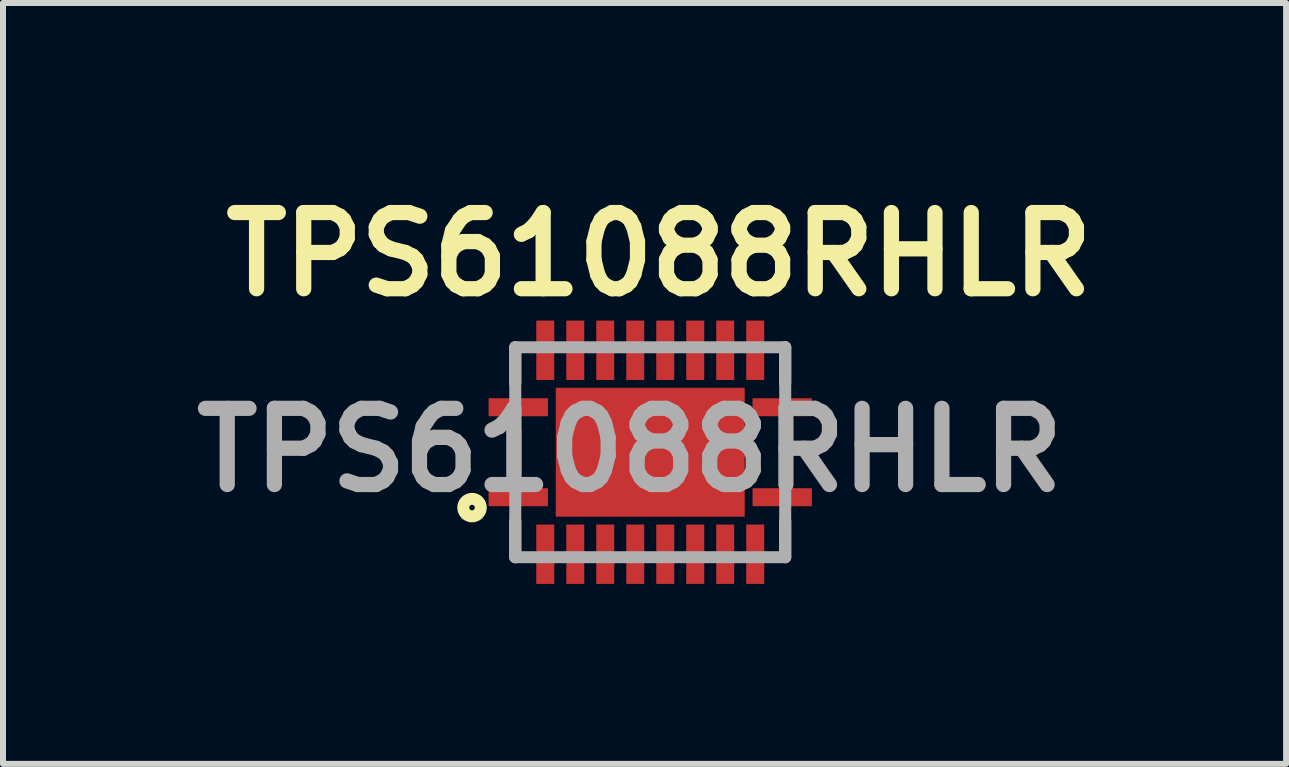
<source format=kicad_pcb>
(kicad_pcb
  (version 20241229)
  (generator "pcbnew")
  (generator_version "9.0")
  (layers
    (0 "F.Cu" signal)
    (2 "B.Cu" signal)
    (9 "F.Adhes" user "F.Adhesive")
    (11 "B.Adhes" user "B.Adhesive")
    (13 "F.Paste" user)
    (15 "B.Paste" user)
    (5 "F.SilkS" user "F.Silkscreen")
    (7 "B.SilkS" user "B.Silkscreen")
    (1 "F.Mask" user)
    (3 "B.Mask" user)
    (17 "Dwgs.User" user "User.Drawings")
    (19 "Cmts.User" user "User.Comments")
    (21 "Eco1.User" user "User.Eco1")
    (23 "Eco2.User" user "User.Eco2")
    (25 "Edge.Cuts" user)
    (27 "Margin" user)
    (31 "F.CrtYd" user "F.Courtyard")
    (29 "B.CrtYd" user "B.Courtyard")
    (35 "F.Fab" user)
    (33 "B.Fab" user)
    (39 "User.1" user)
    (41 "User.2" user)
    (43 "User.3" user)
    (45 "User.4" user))
  (footprint "TPS61088RHLR"
    (layer "F.Cu")
    (at 7.79 4.489)
    (property "Reference" "TPS61088RHLR" (at 0.15 -3.3 0) (layer "F.SilkS") (effects (font (size 1.27 1.27) (thickness 0.254))))
    (attr smd)
    (fp_line (start -2.25 -1.75) (end -2.25 -1.15) (stroke (width 0.2) (type solid)) (layer "F.SilkS"))
    (fp_line (start -2.25 -0.35) (end -2.25 0.35) (stroke (width 0.2) (type solid)) (layer "F.SilkS"))
    (fp_line (start -2.25 1.75) (end -2.25 1.15) (stroke (width 0.2) (type solid)) (layer "F.SilkS"))
    (fp_line (start 2.25 -1.75) (end 2.25 -1.15) (stroke (width 0.2) (type solid)) (layer "F.SilkS"))
    (fp_line (start 2.25 -0.35) (end 2.25 0.35) (stroke (width 0.2) (type solid)) (layer "F.SilkS"))
    (fp_line (start 2.25 1.75) (end 2.25 1.15) (stroke (width 0.2) (type solid)) (layer "F.SilkS"))
    (fp_circle (center -2.971 0.923) (end -2.971 0.969) (stroke (width 0.2) (type solid)) (fill no) (layer "F.SilkS"))
    (fp_line (start -2.25 -1.75) (end 2.25 -1.75) (stroke (width 0.2) (type solid)) (layer "F.Fab"))
    (fp_line (start -2.25 1.75) (end -2.25 -1.75) (stroke (width 0.2) (type solid)) (layer "F.Fab"))
    (fp_line (start 2.25 -1.75) (end 2.25 1.75) (stroke (width 0.2) (type solid)) (layer "F.Fab"))
    (fp_line (start 2.25 1.75) (end -2.25 1.75) (stroke (width 0.2) (type solid)) (layer "F.Fab"))
    (fp_text user "${REFERENCE}" (at -0.339 -0.036 0) (layer "F.Fab") (effects (font (size 1.27 1.27) (thickness 0.254))))
    (pad "1" smd rect (at -2.2 0.75 90) (size 0.3 0.99) (layers "F.Cu" "F.Mask" "F.Paste"))
    (pad "2" smd rect (at -1.75 1.7) (size 0.3 0.99) (layers "F.Cu" "F.Mask" "F.Paste"))
    (pad "3" smd rect (at -1.25 1.7) (size 0.3 0.99) (layers "F.Cu" "F.Mask" "F.Paste"))
    (pad "4" smd rect (at -0.75 1.7) (size 0.3 0.99) (layers "F.Cu" "F.Mask" "F.Paste"))
    (pad "5" smd rect (at -0.25 1.7) (size 0.3 0.99) (layers "F.Cu" "F.Mask" "F.Paste"))
    (pad "6" smd rect (at 0.25 1.7) (size 0.3 0.99) (layers "F.Cu" "F.Mask" "F.Paste"))
    (pad "7" smd rect (at 0.75 1.7) (size 0.3 0.99) (layers "F.Cu" "F.Mask" "F.Paste"))
    (pad "8" smd rect (at 1.25 1.7) (size 0.3 0.99) (layers "F.Cu" "F.Mask" "F.Paste"))
    (pad "9" smd rect (at 1.75 1.7) (size 0.3 0.99) (layers "F.Cu" "F.Mask" "F.Paste"))
    (pad "10" smd rect (at 2.2 0.75 90) (size 0.3 0.99) (layers "F.Cu" "F.Mask" "F.Paste"))
    (pad "11" smd rect (at 2.2 -0.75 90) (size 0.3 0.99) (layers "F.Cu" "F.Mask" "F.Paste"))
    (pad "12" smd rect (at 1.75 -1.7) (size 0.3 0.99) (layers "F.Cu" "F.Mask" "F.Paste"))
    (pad "13" smd rect (at 1.25 -1.7) (size 0.3 0.99) (layers "F.Cu" "F.Mask" "F.Paste"))
    (pad "14" smd rect (at 0.75 -1.7) (size 0.3 0.99) (layers "F.Cu" "F.Mask" "F.Paste"))
    (pad "15" smd rect (at 0.25 -1.7) (size 0.3 0.99) (layers "F.Cu" "F.Mask" "F.Paste"))
    (pad "16" smd rect (at -0.25 -1.7) (size 0.3 0.99) (layers "F.Cu" "F.Mask" "F.Paste"))
    (pad "17" smd rect (at -0.75 -1.7) (size 0.3 0.99) (layers "F.Cu" "F.Mask" "F.Paste"))
    (pad "18" smd rect (at -1.25 -1.7) (size 0.3 0.99) (layers "F.Cu" "F.Mask" "F.Paste"))
    (pad "19" smd rect (at -1.75 -1.7) (size 0.3 0.99) (layers "F.Cu" "F.Mask" "F.Paste"))
    (pad "20" smd rect (at -2.2 -0.75 90) (size 0.3 0.99) (layers "F.Cu" "F.Mask" "F.Paste"))
    (pad "21" smd rect (at 0 0 90) (size 2.15 3.15) (layers "F.Cu" "F.Mask" "F.Paste")))
  (gr_rect
    (start -3 -3)
    (end 18.39 9.684)
    (stroke (width 0.1) (type default))
    (fill no)
    (layer "Edge.Cuts")))
</source>
